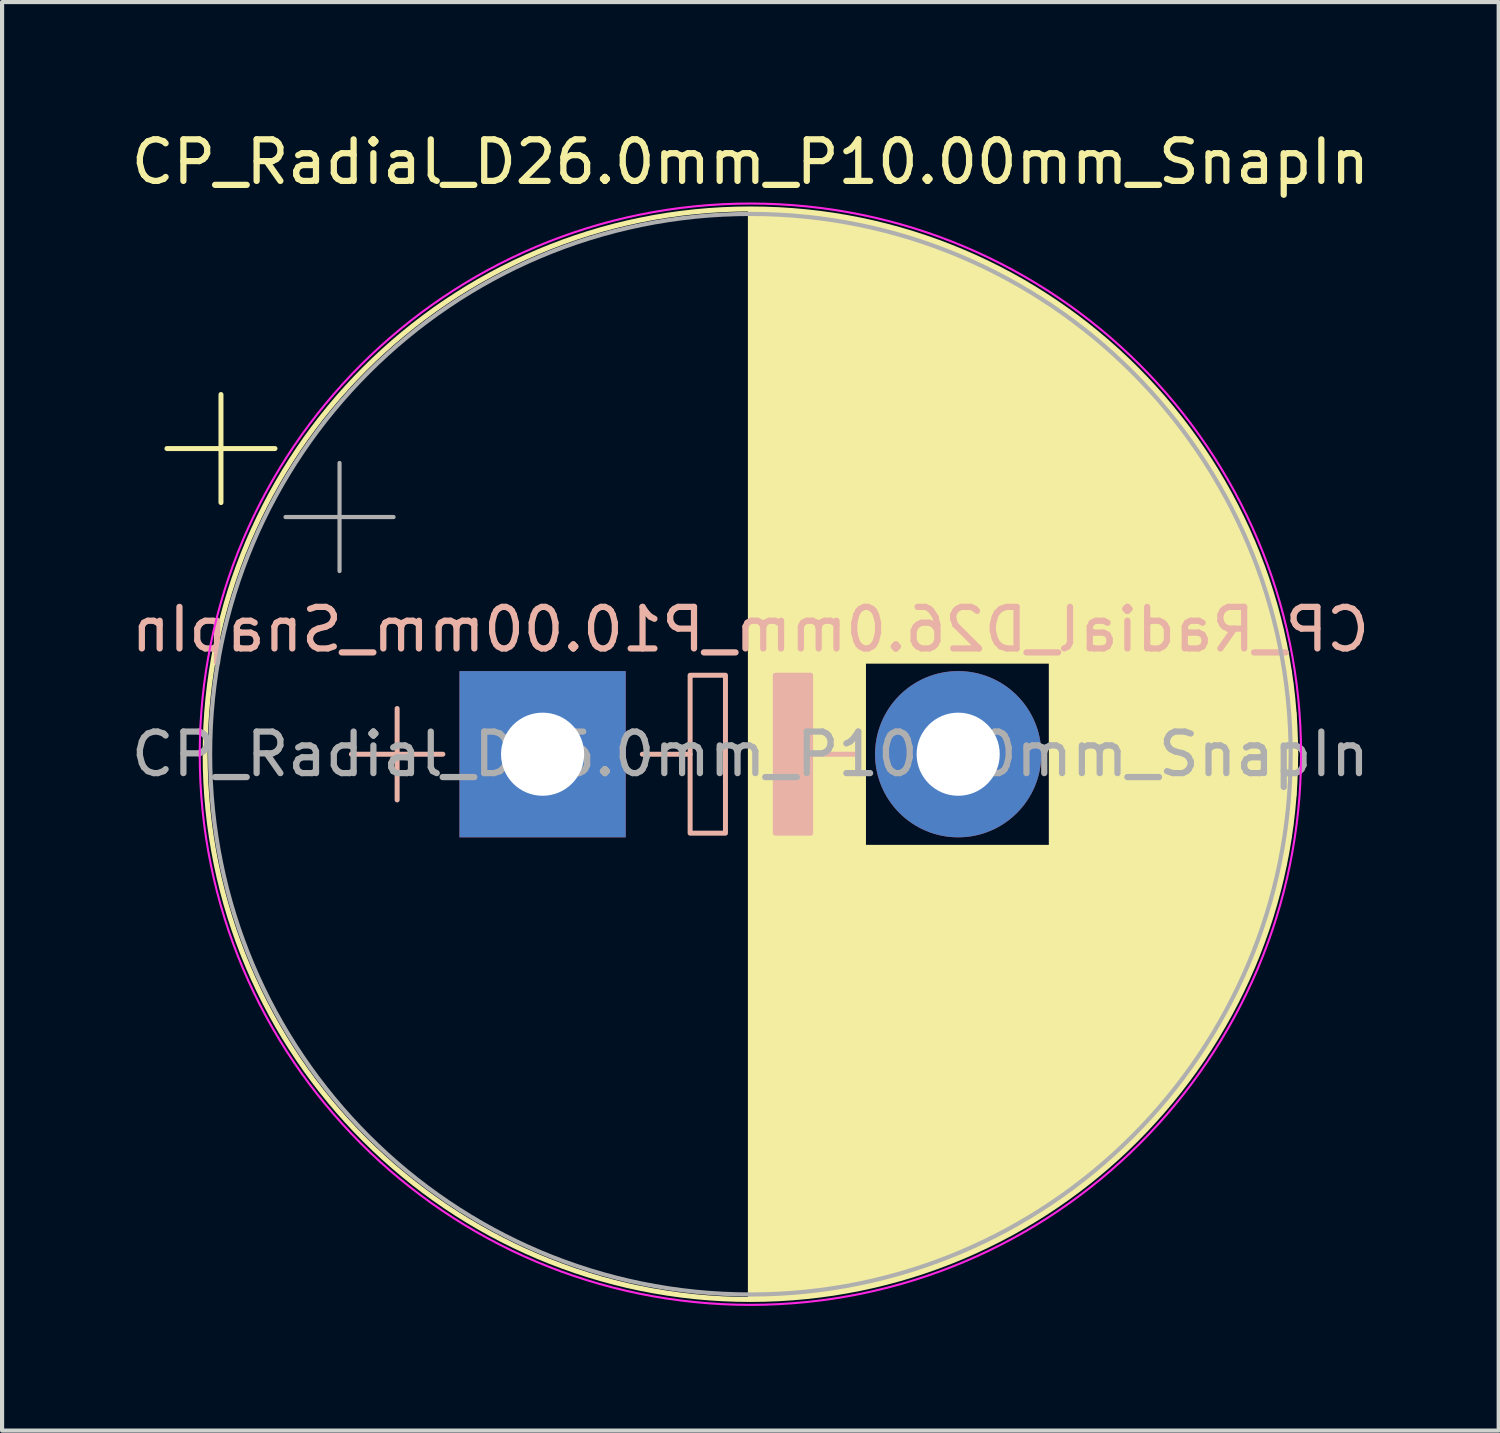
<source format=kicad_pcb>
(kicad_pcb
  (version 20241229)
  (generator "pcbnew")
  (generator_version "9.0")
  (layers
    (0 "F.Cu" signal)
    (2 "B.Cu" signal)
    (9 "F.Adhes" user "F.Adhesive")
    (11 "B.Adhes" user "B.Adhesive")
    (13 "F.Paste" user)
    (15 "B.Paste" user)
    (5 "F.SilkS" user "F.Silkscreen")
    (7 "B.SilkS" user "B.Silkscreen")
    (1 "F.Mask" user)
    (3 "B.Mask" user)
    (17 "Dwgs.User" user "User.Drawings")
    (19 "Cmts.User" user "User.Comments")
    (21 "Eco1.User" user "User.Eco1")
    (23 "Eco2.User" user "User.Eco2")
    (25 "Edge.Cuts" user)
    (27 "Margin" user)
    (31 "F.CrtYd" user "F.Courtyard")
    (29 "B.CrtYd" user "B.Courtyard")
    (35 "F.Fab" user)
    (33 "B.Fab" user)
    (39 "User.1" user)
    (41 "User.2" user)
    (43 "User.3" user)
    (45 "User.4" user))
  (footprint "CP_Radial_D26.0mm_P10.00mm_SnapIn"
    (layer "F.Cu")
    (at 10.006 15.098)
    (property "Reference" "CP_Radial_D26.0mm_P10.00mm_SnapIn" (at 5 -14.25 0) (layer "F.SilkS") (effects (font (size 1 1) (thickness 0.15))))
    (fp_line (start -9.039 -7.355) (end -6.439 -7.355) (stroke (width 0.12) (type solid)) (layer "F.SilkS"))
    (fp_line (start -7.739 -8.655) (end -7.739 -6.055) (stroke (width 0.12) (type solid)) (layer "F.SilkS"))
    (fp_line (start 5 -13.081) (end 5 13.081) (stroke (width 0.12) (type solid)) (layer "F.SilkS"))
    (fp_line (start 5.04 -13.08) (end 5.04 13.08) (stroke (width 0.12) (type solid)) (layer "F.SilkS"))
    (fp_line (start 5.08 -13.08) (end 5.08 13.08) (stroke (width 0.12) (type solid)) (layer "F.SilkS"))
    (fp_line (start 5.12 -13.08) (end 5.12 13.08) (stroke (width 0.12) (type solid)) (layer "F.SilkS"))
    (fp_line (start 5.16 -13.08) (end 5.16 13.08) (stroke (width 0.12) (type solid)) (layer "F.SilkS"))
    (fp_line (start 5.2 -13.079) (end 5.2 13.079) (stroke (width 0.12) (type solid)) (layer "F.SilkS"))
    (fp_line (start 5.24 -13.078) (end 5.24 13.078) (stroke (width 0.12) (type solid)) (layer "F.SilkS"))
    (fp_line (start 5.28 -13.078) (end 5.28 13.078) (stroke (width 0.12) (type solid)) (layer "F.SilkS"))
    (fp_line (start 5.32 -13.077) (end 5.32 13.077) (stroke (width 0.12) (type solid)) (layer "F.SilkS"))
    (fp_line (start 5.36 -13.076) (end 5.36 13.076) (stroke (width 0.12) (type solid)) (layer "F.SilkS"))
    (fp_line (start 5.4 -13.074) (end 5.4 13.074) (stroke (width 0.12) (type solid)) (layer "F.SilkS"))
    (fp_line (start 5.44 -13.073) (end 5.44 13.073) (stroke (width 0.12) (type solid)) (layer "F.SilkS"))
    (fp_line (start 5.48 -13.072) (end 5.48 13.072) (stroke (width 0.12) (type solid)) (layer "F.SilkS"))
    (fp_line (start 5.52 -13.07) (end 5.52 13.07) (stroke (width 0.12) (type solid)) (layer "F.SilkS"))
    (fp_line (start 5.56 -13.069) (end 5.56 13.069) (stroke (width 0.12) (type solid)) (layer "F.SilkS"))
    (fp_line (start 5.6 -13.067) (end 5.6 13.067) (stroke (width 0.12) (type solid)) (layer "F.SilkS"))
    (fp_line (start 5.64 -13.065) (end 5.64 13.065) (stroke (width 0.12) (type solid)) (layer "F.SilkS"))
    (fp_line (start 5.68 -13.063) (end 5.68 13.063) (stroke (width 0.12) (type solid)) (layer "F.SilkS"))
    (fp_line (start 5.721 -13.061) (end 5.721 13.061) (stroke (width 0.12) (type solid)) (layer "F.SilkS"))
    (fp_line (start 5.761 -13.058) (end 5.761 13.058) (stroke (width 0.12) (type solid)) (layer "F.SilkS"))
    (fp_line (start 5.801 -13.056) (end 5.801 13.056) (stroke (width 0.12) (type solid)) (layer "F.SilkS"))
    (fp_line (start 5.841 -13.054) (end 5.841 13.054) (stroke (width 0.12) (type solid)) (layer "F.SilkS"))
    (fp_line (start 5.881 -13.051) (end 5.881 13.051) (stroke (width 0.12) (type solid)) (layer "F.SilkS"))
    (fp_line (start 5.921 -13.048) (end 5.921 13.048) (stroke (width 0.12) (type solid)) (layer "F.SilkS"))
    (fp_line (start 5.961 -13.045) (end 5.961 13.045) (stroke (width 0.12) (type solid)) (layer "F.SilkS"))
    (fp_line (start 6.001 -13.042) (end 6.001 13.042) (stroke (width 0.12) (type solid)) (layer "F.SilkS"))
    (fp_line (start 6.041 -13.039) (end 6.041 13.039) (stroke (width 0.12) (type solid)) (layer "F.SilkS"))
    (fp_line (start 6.081 -13.036) (end 6.081 13.036) (stroke (width 0.12) (type solid)) (layer "F.SilkS"))
    (fp_line (start 6.121 -13.033) (end 6.121 13.033) (stroke (width 0.12) (type solid)) (layer "F.SilkS"))
    (fp_line (start 6.161 -13.029) (end 6.161 13.029) (stroke (width 0.12) (type solid)) (layer "F.SilkS"))
    (fp_line (start 6.201 -13.026) (end 6.201 13.026) (stroke (width 0.12) (type solid)) (layer "F.SilkS"))
    (fp_line (start 6.241 -13.022) (end 6.241 13.022) (stroke (width 0.12) (type solid)) (layer "F.SilkS"))
    (fp_line (start 6.281 -13.018) (end 6.281 13.018) (stroke (width 0.12) (type solid)) (layer "F.SilkS"))
    (fp_line (start 6.321 -13.014) (end 6.321 13.014) (stroke (width 0.12) (type solid)) (layer "F.SilkS"))
    (fp_line (start 6.361 -13.01) (end 6.361 13.01) (stroke (width 0.12) (type solid)) (layer "F.SilkS"))
    (fp_line (start 6.401 -13.006) (end 6.401 13.006) (stroke (width 0.12) (type solid)) (layer "F.SilkS"))
    (fp_line (start 6.441 -13.001) (end 6.441 13.001) (stroke (width 0.12) (type solid)) (layer "F.SilkS"))
    (fp_line (start 6.481 -12.997) (end 6.481 12.997) (stroke (width 0.12) (type solid)) (layer "F.SilkS"))
    (fp_line (start 6.521 -12.992) (end 6.521 12.992) (stroke (width 0.12) (type solid)) (layer "F.SilkS"))
    (fp_line (start 6.561 -12.987) (end 6.561 12.987) (stroke (width 0.12) (type solid)) (layer "F.SilkS"))
    (fp_line (start 6.601 -12.983) (end 6.601 12.983) (stroke (width 0.12) (type solid)) (layer "F.SilkS"))
    (fp_line (start 6.641 -12.978) (end 6.641 12.978) (stroke (width 0.12) (type solid)) (layer "F.SilkS"))
    (fp_line (start 6.681 -12.972) (end 6.681 12.972) (stroke (width 0.12) (type solid)) (layer "F.SilkS"))
    (fp_line (start 6.721 -12.967) (end 6.721 12.967) (stroke (width 0.12) (type solid)) (layer "F.SilkS"))
    (fp_line (start 6.761 -12.962) (end 6.761 12.962) (stroke (width 0.12) (type solid)) (layer "F.SilkS"))
    (fp_line (start 6.801 -12.956) (end 6.801 12.956) (stroke (width 0.12) (type solid)) (layer "F.SilkS"))
    (fp_line (start 6.841 -12.951) (end 6.841 12.951) (stroke (width 0.12) (type solid)) (layer "F.SilkS"))
    (fp_line (start 6.881 -12.945) (end 6.881 12.945) (stroke (width 0.12) (type solid)) (layer "F.SilkS"))
    (fp_line (start 6.921 -12.939) (end 6.921 12.939) (stroke (width 0.12) (type solid)) (layer "F.SilkS"))
    (fp_line (start 6.961 -12.933) (end 6.961 12.933) (stroke (width 0.12) (type solid)) (layer "F.SilkS"))
    (fp_line (start 7.001 -12.927) (end 7.001 12.927) (stroke (width 0.12) (type solid)) (layer "F.SilkS"))
    (fp_line (start 7.041 -12.921) (end 7.041 12.921) (stroke (width 0.12) (type solid)) (layer "F.SilkS"))
    (fp_line (start 7.081 -12.915) (end 7.081 12.915) (stroke (width 0.12) (type solid)) (layer "F.SilkS"))
    (fp_line (start 7.121 -12.908) (end 7.121 12.908) (stroke (width 0.12) (type solid)) (layer "F.SilkS"))
    (fp_line (start 7.161 -12.901) (end 7.161 12.901) (stroke (width 0.12) (type solid)) (layer "F.SilkS"))
    (fp_line (start 7.201 -12.895) (end 7.201 12.895) (stroke (width 0.12) (type solid)) (layer "F.SilkS"))
    (fp_line (start 7.241 -12.888) (end 7.241 12.888) (stroke (width 0.12) (type solid)) (layer "F.SilkS"))
    (fp_line (start 7.281 -12.881) (end 7.281 12.881) (stroke (width 0.12) (type solid)) (layer "F.SilkS"))
    (fp_line (start 7.321 -12.874) (end 7.321 12.874) (stroke (width 0.12) (type solid)) (layer "F.SilkS"))
    (fp_line (start 7.361 -12.866) (end 7.361 12.866) (stroke (width 0.12) (type solid)) (layer "F.SilkS"))
    (fp_line (start 7.401 -12.859) (end 7.401 12.859) (stroke (width 0.12) (type solid)) (layer "F.SilkS"))
    (fp_line (start 7.441 -12.852) (end 7.441 12.852) (stroke (width 0.12) (type solid)) (layer "F.SilkS"))
    (fp_line (start 7.481 -12.844) (end 7.481 12.844) (stroke (width 0.12) (type solid)) (layer "F.SilkS"))
    (fp_line (start 7.521 -12.836) (end 7.521 12.836) (stroke (width 0.12) (type solid)) (layer "F.SilkS"))
    (fp_line (start 7.561 -12.828) (end 7.561 12.828) (stroke (width 0.12) (type solid)) (layer "F.SilkS"))
    (fp_line (start 7.601 -12.82) (end 7.601 12.82) (stroke (width 0.12) (type solid)) (layer "F.SilkS"))
    (fp_line (start 7.641 -12.812) (end 7.641 12.812) (stroke (width 0.12) (type solid)) (layer "F.SilkS"))
    (fp_line (start 7.681 -12.804) (end 7.681 12.804) (stroke (width 0.12) (type solid)) (layer "F.SilkS"))
    (fp_line (start 7.721 -12.795) (end 7.721 12.795) (stroke (width 0.12) (type solid)) (layer "F.SilkS"))
    (fp_line (start 7.761 -12.787) (end 7.761 -2.24) (stroke (width 0.12) (type solid)) (layer "F.SilkS"))
    (fp_line (start 7.761 2.24) (end 7.761 12.787) (stroke (width 0.12) (type solid)) (layer "F.SilkS"))
    (fp_line (start 7.801 -12.778) (end 7.801 -2.24) (stroke (width 0.12) (type solid)) (layer "F.SilkS"))
    (fp_line (start 7.801 2.24) (end 7.801 12.778) (stroke (width 0.12) (type solid)) (layer "F.SilkS"))
    (fp_line (start 7.841 -12.769) (end 7.841 -2.24) (stroke (width 0.12) (type solid)) (layer "F.SilkS"))
    (fp_line (start 7.841 2.24) (end 7.841 12.769) (stroke (width 0.12) (type solid)) (layer "F.SilkS"))
    (fp_line (start 7.881 -12.761) (end 7.881 -2.24) (stroke (width 0.12) (type solid)) (layer "F.SilkS"))
    (fp_line (start 7.881 2.24) (end 7.881 12.761) (stroke (width 0.12) (type solid)) (layer "F.SilkS"))
    (fp_line (start 7.921 -12.751) (end 7.921 -2.24) (stroke (width 0.12) (type solid)) (layer "F.SilkS"))
    (fp_line (start 7.921 2.24) (end 7.921 12.751) (stroke (width 0.12) (type solid)) (layer "F.SilkS"))
    (fp_line (start 7.961 -12.742) (end 7.961 -2.24) (stroke (width 0.12) (type solid)) (layer "F.SilkS"))
    (fp_line (start 7.961 2.24) (end 7.961 12.742) (stroke (width 0.12) (type solid)) (layer "F.SilkS"))
    (fp_line (start 8.001 -12.733) (end 8.001 -2.24) (stroke (width 0.12) (type solid)) (layer "F.SilkS"))
    (fp_line (start 8.001 2.24) (end 8.001 12.733) (stroke (width 0.12) (type solid)) (layer "F.SilkS"))
    (fp_line (start 8.041 -12.723) (end 8.041 -2.24) (stroke (width 0.12) (type solid)) (layer "F.SilkS"))
    (fp_line (start 8.041 2.24) (end 8.041 12.723) (stroke (width 0.12) (type solid)) (layer "F.SilkS"))
    (fp_line (start 8.081 -12.714) (end 8.081 -2.24) (stroke (width 0.12) (type solid)) (layer "F.SilkS"))
    (fp_line (start 8.081 2.24) (end 8.081 12.714) (stroke (width 0.12) (type solid)) (layer "F.SilkS"))
    (fp_line (start 8.121 -12.704) (end 8.121 -2.24) (stroke (width 0.12) (type solid)) (layer "F.SilkS"))
    (fp_line (start 8.121 2.24) (end 8.121 12.704) (stroke (width 0.12) (type solid)) (layer "F.SilkS"))
    (fp_line (start 8.161 -12.694) (end 8.161 -2.24) (stroke (width 0.12) (type solid)) (layer "F.SilkS"))
    (fp_line (start 8.161 2.24) (end 8.161 12.694) (stroke (width 0.12) (type solid)) (layer "F.SilkS"))
    (fp_line (start 8.201 -12.684) (end 8.201 -2.24) (stroke (width 0.12) (type solid)) (layer "F.SilkS"))
    (fp_line (start 8.201 2.24) (end 8.201 12.684) (stroke (width 0.12) (type solid)) (layer "F.SilkS"))
    (fp_line (start 8.241 -12.674) (end 8.241 -2.24) (stroke (width 0.12) (type solid)) (layer "F.SilkS"))
    (fp_line (start 8.241 2.24) (end 8.241 12.674) (stroke (width 0.12) (type solid)) (layer "F.SilkS"))
    (fp_line (start 8.281 -12.664) (end 8.281 -2.24) (stroke (width 0.12) (type solid)) (layer "F.SilkS"))
    (fp_line (start 8.281 2.24) (end 8.281 12.664) (stroke (width 0.12) (type solid)) (layer "F.SilkS"))
    (fp_line (start 8.321 -12.653) (end 8.321 -2.24) (stroke (width 0.12) (type solid)) (layer "F.SilkS"))
    (fp_line (start 8.321 2.24) (end 8.321 12.653) (stroke (width 0.12) (type solid)) (layer "F.SilkS"))
    (fp_line (start 8.361 -12.643) (end 8.361 -2.24) (stroke (width 0.12) (type solid)) (layer "F.SilkS"))
    (fp_line (start 8.361 2.24) (end 8.361 12.643) (stroke (width 0.12) (type solid)) (layer "F.SilkS"))
    (fp_line (start 8.401 -12.632) (end 8.401 -2.24) (stroke (width 0.12) (type solid)) (layer "F.SilkS"))
    (fp_line (start 8.401 2.24) (end 8.401 12.632) (stroke (width 0.12) (type solid)) (layer "F.SilkS"))
    (fp_line (start 8.441 -12.621) (end 8.441 -2.24) (stroke (width 0.12) (type solid)) (layer "F.SilkS"))
    (fp_line (start 8.441 2.24) (end 8.441 12.621) (stroke (width 0.12) (type solid)) (layer "F.SilkS"))
    (fp_line (start 8.481 -12.611) (end 8.481 -2.24) (stroke (width 0.12) (type solid)) (layer "F.SilkS"))
    (fp_line (start 8.481 2.24) (end 8.481 12.611) (stroke (width 0.12) (type solid)) (layer "F.SilkS"))
    (fp_line (start 8.521 -12.599) (end 8.521 -2.24) (stroke (width 0.12) (type solid)) (layer "F.SilkS"))
    (fp_line (start 8.521 2.24) (end 8.521 12.599) (stroke (width 0.12) (type solid)) (layer "F.SilkS"))
    (fp_line (start 8.561 -12.588) (end 8.561 -2.24) (stroke (width 0.12) (type solid)) (layer "F.SilkS"))
    (fp_line (start 8.561 2.24) (end 8.561 12.588) (stroke (width 0.12) (type solid)) (layer "F.SilkS"))
    (fp_line (start 8.601 -12.577) (end 8.601 -2.24) (stroke (width 0.12) (type solid)) (layer "F.SilkS"))
    (fp_line (start 8.601 2.24) (end 8.601 12.577) (stroke (width 0.12) (type solid)) (layer "F.SilkS"))
    (fp_line (start 8.641 -12.565) (end 8.641 -2.24) (stroke (width 0.12) (type solid)) (layer "F.SilkS"))
    (fp_line (start 8.641 2.24) (end 8.641 12.565) (stroke (width 0.12) (type solid)) (layer "F.SilkS"))
    (fp_line (start 8.681 -12.554) (end 8.681 -2.24) (stroke (width 0.12) (type solid)) (layer "F.SilkS"))
    (fp_line (start 8.681 2.24) (end 8.681 12.554) (stroke (width 0.12) (type solid)) (layer "F.SilkS"))
    (fp_line (start 8.721 -12.542) (end 8.721 -2.24) (stroke (width 0.12) (type solid)) (layer "F.SilkS"))
    (fp_line (start 8.721 2.24) (end 8.721 12.542) (stroke (width 0.12) (type solid)) (layer "F.SilkS"))
    (fp_line (start 8.761 -12.53) (end 8.761 -2.24) (stroke (width 0.12) (type solid)) (layer "F.SilkS"))
    (fp_line (start 8.761 2.24) (end 8.761 12.53) (stroke (width 0.12) (type solid)) (layer "F.SilkS"))
    (fp_line (start 8.801 -12.518) (end 8.801 -2.24) (stroke (width 0.12) (type solid)) (layer "F.SilkS"))
    (fp_line (start 8.801 2.24) (end 8.801 12.518) (stroke (width 0.12) (type solid)) (layer "F.SilkS"))
    (fp_line (start 8.841 -12.506) (end 8.841 -2.24) (stroke (width 0.12) (type solid)) (layer "F.SilkS"))
    (fp_line (start 8.841 2.24) (end 8.841 12.506) (stroke (width 0.12) (type solid)) (layer "F.SilkS"))
    (fp_line (start 8.881 -12.494) (end 8.881 -2.24) (stroke (width 0.12) (type solid)) (layer "F.SilkS"))
    (fp_line (start 8.881 2.24) (end 8.881 12.494) (stroke (width 0.12) (type solid)) (layer "F.SilkS"))
    (fp_line (start 8.921 -12.481) (end 8.921 -2.24) (stroke (width 0.12) (type solid)) (layer "F.SilkS"))
    (fp_line (start 8.921 2.24) (end 8.921 12.481) (stroke (width 0.12) (type solid)) (layer "F.SilkS"))
    (fp_line (start 8.961 -12.469) (end 8.961 -2.24) (stroke (width 0.12) (type solid)) (layer "F.SilkS"))
    (fp_line (start 8.961 2.24) (end 8.961 12.469) (stroke (width 0.12) (type solid)) (layer "F.SilkS"))
    (fp_line (start 9.001 -12.456) (end 9.001 -2.24) (stroke (width 0.12) (type solid)) (layer "F.SilkS"))
    (fp_line (start 9.001 2.24) (end 9.001 12.456) (stroke (width 0.12) (type solid)) (layer "F.SilkS"))
    (fp_line (start 9.041 -12.443) (end 9.041 -2.24) (stroke (width 0.12) (type solid)) (layer "F.SilkS"))
    (fp_line (start 9.041 2.24) (end 9.041 12.443) (stroke (width 0.12) (type solid)) (layer "F.SilkS"))
    (fp_line (start 9.081 -12.43) (end 9.081 -2.24) (stroke (width 0.12) (type solid)) (layer "F.SilkS"))
    (fp_line (start 9.081 2.24) (end 9.081 12.43) (stroke (width 0.12) (type solid)) (layer "F.SilkS"))
    (fp_line (start 9.121 -12.417) (end 9.121 -2.24) (stroke (width 0.12) (type solid)) (layer "F.SilkS"))
    (fp_line (start 9.121 2.24) (end 9.121 12.417) (stroke (width 0.12) (type solid)) (layer "F.SilkS"))
    (fp_line (start 9.161 -12.404) (end 9.161 -2.24) (stroke (width 0.12) (type solid)) (layer "F.SilkS"))
    (fp_line (start 9.161 2.24) (end 9.161 12.404) (stroke (width 0.12) (type solid)) (layer "F.SilkS"))
    (fp_line (start 9.201 -12.39) (end 9.201 -2.24) (stroke (width 0.12) (type solid)) (layer "F.SilkS"))
    (fp_line (start 9.201 2.24) (end 9.201 12.39) (stroke (width 0.12) (type solid)) (layer "F.SilkS"))
    (fp_line (start 9.241 -12.376) (end 9.241 -2.24) (stroke (width 0.12) (type solid)) (layer "F.SilkS"))
    (fp_line (start 9.241 2.24) (end 9.241 12.376) (stroke (width 0.12) (type solid)) (layer "F.SilkS"))
    (fp_line (start 9.281 -12.363) (end 9.281 -2.24) (stroke (width 0.12) (type solid)) (layer "F.SilkS"))
    (fp_line (start 9.281 2.24) (end 9.281 12.363) (stroke (width 0.12) (type solid)) (layer "F.SilkS"))
    (fp_line (start 9.321 -12.349) (end 9.321 -2.24) (stroke (width 0.12) (type solid)) (layer "F.SilkS"))
    (fp_line (start 9.321 2.24) (end 9.321 12.349) (stroke (width 0.12) (type solid)) (layer "F.SilkS"))
    (fp_line (start 9.361 -12.335) (end 9.361 -2.24) (stroke (width 0.12) (type solid)) (layer "F.SilkS"))
    (fp_line (start 9.361 2.24) (end 9.361 12.335) (stroke (width 0.12) (type solid)) (layer "F.SilkS"))
    (fp_line (start 9.401 -12.321) (end 9.401 -2.24) (stroke (width 0.12) (type solid)) (layer "F.SilkS"))
    (fp_line (start 9.401 2.24) (end 9.401 12.321) (stroke (width 0.12) (type solid)) (layer "F.SilkS"))
    (fp_line (start 9.441 -12.306) (end 9.441 -2.24) (stroke (width 0.12) (type solid)) (layer "F.SilkS"))
    (fp_line (start 9.441 2.24) (end 9.441 12.306) (stroke (width 0.12) (type solid)) (layer "F.SilkS"))
    (fp_line (start 9.481 -12.292) (end 9.481 -2.24) (stroke (width 0.12) (type solid)) (layer "F.SilkS"))
    (fp_line (start 9.481 2.24) (end 9.481 12.292) (stroke (width 0.12) (type solid)) (layer "F.SilkS"))
    (fp_line (start 9.521 -12.277) (end 9.521 -2.24) (stroke (width 0.12) (type solid)) (layer "F.SilkS"))
    (fp_line (start 9.521 2.24) (end 9.521 12.277) (stroke (width 0.12) (type solid)) (layer "F.SilkS"))
    (fp_line (start 9.561 -12.263) (end 9.561 -2.24) (stroke (width 0.12) (type solid)) (layer "F.SilkS"))
    (fp_line (start 9.561 2.24) (end 9.561 12.263) (stroke (width 0.12) (type solid)) (layer "F.SilkS"))
    (fp_line (start 9.601 -12.248) (end 9.601 -2.24) (stroke (width 0.12) (type solid)) (layer "F.SilkS"))
    (fp_line (start 9.601 2.24) (end 9.601 12.248) (stroke (width 0.12) (type solid)) (layer "F.SilkS"))
    (fp_line (start 9.641 -12.233) (end 9.641 -2.24) (stroke (width 0.12) (type solid)) (layer "F.SilkS"))
    (fp_line (start 9.641 2.24) (end 9.641 12.233) (stroke (width 0.12) (type solid)) (layer "F.SilkS"))
    (fp_line (start 9.681 -12.217) (end 9.681 -2.24) (stroke (width 0.12) (type solid)) (layer "F.SilkS"))
    (fp_line (start 9.681 2.24) (end 9.681 12.217) (stroke (width 0.12) (type solid)) (layer "F.SilkS"))
    (fp_line (start 9.721 -12.202) (end 9.721 -2.24) (stroke (width 0.12) (type solid)) (layer "F.SilkS"))
    (fp_line (start 9.721 2.24) (end 9.721 12.202) (stroke (width 0.12) (type solid)) (layer "F.SilkS"))
    (fp_line (start 9.761 -12.187) (end 9.761 -2.24) (stroke (width 0.12) (type solid)) (layer "F.SilkS"))
    (fp_line (start 9.761 2.24) (end 9.761 12.187) (stroke (width 0.12) (type solid)) (layer "F.SilkS"))
    (fp_line (start 9.801 -12.171) (end 9.801 -2.24) (stroke (width 0.12) (type solid)) (layer "F.SilkS"))
    (fp_line (start 9.801 2.24) (end 9.801 12.171) (stroke (width 0.12) (type solid)) (layer "F.SilkS"))
    (fp_line (start 9.841 -12.155) (end 9.841 -2.24) (stroke (width 0.12) (type solid)) (layer "F.SilkS"))
    (fp_line (start 9.841 2.24) (end 9.841 12.155) (stroke (width 0.12) (type solid)) (layer "F.SilkS"))
    (fp_line (start 9.881 -12.139) (end 9.881 -2.24) (stroke (width 0.12) (type solid)) (layer "F.SilkS"))
    (fp_line (start 9.881 2.24) (end 9.881 12.139) (stroke (width 0.12) (type solid)) (layer "F.SilkS"))
    (fp_line (start 9.921 -12.123) (end 9.921 -2.24) (stroke (width 0.12) (type solid)) (layer "F.SilkS"))
    (fp_line (start 9.921 2.24) (end 9.921 12.123) (stroke (width 0.12) (type solid)) (layer "F.SilkS"))
    (fp_line (start 9.961 -12.107) (end 9.961 -2.24) (stroke (width 0.12) (type solid)) (layer "F.SilkS"))
    (fp_line (start 9.961 2.24) (end 9.961 12.107) (stroke (width 0.12) (type solid)) (layer "F.SilkS"))
    (fp_line (start 10.001 -12.09) (end 10.001 -2.24) (stroke (width 0.12) (type solid)) (layer "F.SilkS"))
    (fp_line (start 10.001 2.24) (end 10.001 12.09) (stroke (width 0.12) (type solid)) (layer "F.SilkS"))
    (fp_line (start 10.041 -12.074) (end 10.041 -2.24) (stroke (width 0.12) (type solid)) (layer "F.SilkS"))
    (fp_line (start 10.041 2.24) (end 10.041 12.074) (stroke (width 0.12) (type solid)) (layer "F.SilkS"))
    (fp_line (start 10.081 -12.057) (end 10.081 -2.24) (stroke (width 0.12) (type solid)) (layer "F.SilkS"))
    (fp_line (start 10.081 2.24) (end 10.081 12.057) (stroke (width 0.12) (type solid)) (layer "F.SilkS"))
    (fp_line (start 10.121 -12.04) (end 10.121 -2.24) (stroke (width 0.12) (type solid)) (layer "F.SilkS"))
    (fp_line (start 10.121 2.24) (end 10.121 12.04) (stroke (width 0.12) (type solid)) (layer "F.SilkS"))
    (fp_line (start 10.161 -12.023) (end 10.161 -2.24) (stroke (width 0.12) (type solid)) (layer "F.SilkS"))
    (fp_line (start 10.161 2.24) (end 10.161 12.023) (stroke (width 0.12) (type solid)) (layer "F.SilkS"))
    (fp_line (start 10.201 -12.006) (end 10.201 -2.24) (stroke (width 0.12) (type solid)) (layer "F.SilkS"))
    (fp_line (start 10.201 2.24) (end 10.201 12.006) (stroke (width 0.12) (type solid)) (layer "F.SilkS"))
    (fp_line (start 10.241 -11.989) (end 10.241 -2.24) (stroke (width 0.12) (type solid)) (layer "F.SilkS"))
    (fp_line (start 10.241 2.24) (end 10.241 11.989) (stroke (width 0.12) (type solid)) (layer "F.SilkS"))
    (fp_line (start 10.281 -11.971) (end 10.281 -2.24) (stroke (width 0.12) (type solid)) (layer "F.SilkS"))
    (fp_line (start 10.281 2.24) (end 10.281 11.971) (stroke (width 0.12) (type solid)) (layer "F.SilkS"))
    (fp_line (start 10.321 -11.953) (end 10.321 -2.24) (stroke (width 0.12) (type solid)) (layer "F.SilkS"))
    (fp_line (start 10.321 2.24) (end 10.321 11.953) (stroke (width 0.12) (type solid)) (layer "F.SilkS"))
    (fp_line (start 10.361 -11.936) (end 10.361 -2.24) (stroke (width 0.12) (type solid)) (layer "F.SilkS"))
    (fp_line (start 10.361 2.24) (end 10.361 11.936) (stroke (width 0.12) (type solid)) (layer "F.SilkS"))
    (fp_line (start 10.401 -11.918) (end 10.401 -2.24) (stroke (width 0.12) (type solid)) (layer "F.SilkS"))
    (fp_line (start 10.401 2.24) (end 10.401 11.918) (stroke (width 0.12) (type solid)) (layer "F.SilkS"))
    (fp_line (start 10.441 -11.9) (end 10.441 -2.24) (stroke (width 0.12) (type solid)) (layer "F.SilkS"))
    (fp_line (start 10.441 2.24) (end 10.441 11.9) (stroke (width 0.12) (type solid)) (layer "F.SilkS"))
    (fp_line (start 10.481 -11.881) (end 10.481 -2.24) (stroke (width 0.12) (type solid)) (layer "F.SilkS"))
    (fp_line (start 10.481 2.24) (end 10.481 11.881) (stroke (width 0.12) (type solid)) (layer "F.SilkS"))
    (fp_line (start 10.521 -11.863) (end 10.521 -2.24) (stroke (width 0.12) (type solid)) (layer "F.SilkS"))
    (fp_line (start 10.521 2.24) (end 10.521 11.863) (stroke (width 0.12) (type solid)) (layer "F.SilkS"))
    (fp_line (start 10.561 -11.844) (end 10.561 -2.24) (stroke (width 0.12) (type solid)) (layer "F.SilkS"))
    (fp_line (start 10.561 2.24) (end 10.561 11.844) (stroke (width 0.12) (type solid)) (layer "F.SilkS"))
    (fp_line (start 10.601 -11.825) (end 10.601 -2.24) (stroke (width 0.12) (type solid)) (layer "F.SilkS"))
    (fp_line (start 10.601 2.24) (end 10.601 11.825) (stroke (width 0.12) (type solid)) (layer "F.SilkS"))
    (fp_line (start 10.641 -11.806) (end 10.641 -2.24) (stroke (width 0.12) (type solid)) (layer "F.SilkS"))
    (fp_line (start 10.641 2.24) (end 10.641 11.806) (stroke (width 0.12) (type solid)) (layer "F.SilkS"))
    (fp_line (start 10.681 -11.787) (end 10.681 -2.24) (stroke (width 0.12) (type solid)) (layer "F.SilkS"))
    (fp_line (start 10.681 2.24) (end 10.681 11.787) (stroke (width 0.12) (type solid)) (layer "F.SilkS"))
    (fp_line (start 10.721 -11.768) (end 10.721 -2.24) (stroke (width 0.12) (type solid)) (layer "F.SilkS"))
    (fp_line (start 10.721 2.24) (end 10.721 11.768) (stroke (width 0.12) (type solid)) (layer "F.SilkS"))
    (fp_line (start 10.761 -11.748) (end 10.761 -2.24) (stroke (width 0.12) (type solid)) (layer "F.SilkS"))
    (fp_line (start 10.761 2.24) (end 10.761 11.748) (stroke (width 0.12) (type solid)) (layer "F.SilkS"))
    (fp_line (start 10.801 -11.729) (end 10.801 -2.24) (stroke (width 0.12) (type solid)) (layer "F.SilkS"))
    (fp_line (start 10.801 2.24) (end 10.801 11.729) (stroke (width 0.12) (type solid)) (layer "F.SilkS"))
    (fp_line (start 10.841 -11.709) (end 10.841 -2.24) (stroke (width 0.12) (type solid)) (layer "F.SilkS"))
    (fp_line (start 10.841 2.24) (end 10.841 11.709) (stroke (width 0.12) (type solid)) (layer "F.SilkS"))
    (fp_line (start 10.881 -11.689) (end 10.881 -2.24) (stroke (width 0.12) (type solid)) (layer "F.SilkS"))
    (fp_line (start 10.881 2.24) (end 10.881 11.689) (stroke (width 0.12) (type solid)) (layer "F.SilkS"))
    (fp_line (start 10.921 -11.669) (end 10.921 -2.24) (stroke (width 0.12) (type solid)) (layer "F.SilkS"))
    (fp_line (start 10.921 2.24) (end 10.921 11.669) (stroke (width 0.12) (type solid)) (layer "F.SilkS"))
    (fp_line (start 10.961 -11.649) (end 10.961 -2.24) (stroke (width 0.12) (type solid)) (layer "F.SilkS"))
    (fp_line (start 10.961 2.24) (end 10.961 11.649) (stroke (width 0.12) (type solid)) (layer "F.SilkS"))
    (fp_line (start 11.001 -11.628) (end 11.001 -2.24) (stroke (width 0.12) (type solid)) (layer "F.SilkS"))
    (fp_line (start 11.001 2.24) (end 11.001 11.628) (stroke (width 0.12) (type solid)) (layer "F.SilkS"))
    (fp_line (start 11.041 -11.608) (end 11.041 -2.24) (stroke (width 0.12) (type solid)) (layer "F.SilkS"))
    (fp_line (start 11.041 2.24) (end 11.041 11.608) (stroke (width 0.12) (type solid)) (layer "F.SilkS"))
    (fp_line (start 11.081 -11.587) (end 11.081 -2.24) (stroke (width 0.12) (type solid)) (layer "F.SilkS"))
    (fp_line (start 11.081 2.24) (end 11.081 11.587) (stroke (width 0.12) (type solid)) (layer "F.SilkS"))
    (fp_line (start 11.121 -11.566) (end 11.121 -2.24) (stroke (width 0.12) (type solid)) (layer "F.SilkS"))
    (fp_line (start 11.121 2.24) (end 11.121 11.566) (stroke (width 0.12) (type solid)) (layer "F.SilkS"))
    (fp_line (start 11.161 -11.544) (end 11.161 -2.24) (stroke (width 0.12) (type solid)) (layer "F.SilkS"))
    (fp_line (start 11.161 2.24) (end 11.161 11.544) (stroke (width 0.12) (type solid)) (layer "F.SilkS"))
    (fp_line (start 11.201 -11.523) (end 11.201 -2.24) (stroke (width 0.12) (type solid)) (layer "F.SilkS"))
    (fp_line (start 11.201 2.24) (end 11.201 11.523) (stroke (width 0.12) (type solid)) (layer "F.SilkS"))
    (fp_line (start 11.241 -11.502) (end 11.241 -2.24) (stroke (width 0.12) (type solid)) (layer "F.SilkS"))
    (fp_line (start 11.241 2.24) (end 11.241 11.502) (stroke (width 0.12) (type solid)) (layer "F.SilkS"))
    (fp_line (start 11.281 -11.48) (end 11.281 -2.24) (stroke (width 0.12) (type solid)) (layer "F.SilkS"))
    (fp_line (start 11.281 2.24) (end 11.281 11.48) (stroke (width 0.12) (type solid)) (layer "F.SilkS"))
    (fp_line (start 11.321 -11.458) (end 11.321 -2.24) (stroke (width 0.12) (type solid)) (layer "F.SilkS"))
    (fp_line (start 11.321 2.24) (end 11.321 11.458) (stroke (width 0.12) (type solid)) (layer "F.SilkS"))
    (fp_line (start 11.361 -11.436) (end 11.361 -2.24) (stroke (width 0.12) (type solid)) (layer "F.SilkS"))
    (fp_line (start 11.361 2.24) (end 11.361 11.436) (stroke (width 0.12) (type solid)) (layer "F.SilkS"))
    (fp_line (start 11.401 -11.414) (end 11.401 -2.24) (stroke (width 0.12) (type solid)) (layer "F.SilkS"))
    (fp_line (start 11.401 2.24) (end 11.401 11.414) (stroke (width 0.12) (type solid)) (layer "F.SilkS"))
    (fp_line (start 11.441 -11.391) (end 11.441 -2.24) (stroke (width 0.12) (type solid)) (layer "F.SilkS"))
    (fp_line (start 11.441 2.24) (end 11.441 11.391) (stroke (width 0.12) (type solid)) (layer "F.SilkS"))
    (fp_line (start 11.481 -11.369) (end 11.481 -2.24) (stroke (width 0.12) (type solid)) (layer "F.SilkS"))
    (fp_line (start 11.481 2.24) (end 11.481 11.369) (stroke (width 0.12) (type solid)) (layer "F.SilkS"))
    (fp_line (start 11.521 -11.346) (end 11.521 -2.24) (stroke (width 0.12) (type solid)) (layer "F.SilkS"))
    (fp_line (start 11.521 2.24) (end 11.521 11.346) (stroke (width 0.12) (type solid)) (layer "F.SilkS"))
    (fp_line (start 11.561 -11.323) (end 11.561 -2.24) (stroke (width 0.12) (type solid)) (layer "F.SilkS"))
    (fp_line (start 11.561 2.24) (end 11.561 11.323) (stroke (width 0.12) (type solid)) (layer "F.SilkS"))
    (fp_line (start 11.601 -11.3) (end 11.601 -2.24) (stroke (width 0.12) (type solid)) (layer "F.SilkS"))
    (fp_line (start 11.601 2.24) (end 11.601 11.3) (stroke (width 0.12) (type solid)) (layer "F.SilkS"))
    (fp_line (start 11.641 -11.276) (end 11.641 -2.24) (stroke (width 0.12) (type solid)) (layer "F.SilkS"))
    (fp_line (start 11.641 2.24) (end 11.641 11.276) (stroke (width 0.12) (type solid)) (layer "F.SilkS"))
    (fp_line (start 11.681 -11.253) (end 11.681 -2.24) (stroke (width 0.12) (type solid)) (layer "F.SilkS"))
    (fp_line (start 11.681 2.24) (end 11.681 11.253) (stroke (width 0.12) (type solid)) (layer "F.SilkS"))
    (fp_line (start 11.721 -11.229) (end 11.721 -2.24) (stroke (width 0.12) (type solid)) (layer "F.SilkS"))
    (fp_line (start 11.721 2.24) (end 11.721 11.229) (stroke (width 0.12) (type solid)) (layer "F.SilkS"))
    (fp_line (start 11.761 -11.205) (end 11.761 -2.24) (stroke (width 0.12) (type solid)) (layer "F.SilkS"))
    (fp_line (start 11.761 2.24) (end 11.761 11.205) (stroke (width 0.12) (type solid)) (layer "F.SilkS"))
    (fp_line (start 11.801 -11.181) (end 11.801 -2.24) (stroke (width 0.12) (type solid)) (layer "F.SilkS"))
    (fp_line (start 11.801 2.24) (end 11.801 11.181) (stroke (width 0.12) (type solid)) (layer "F.SilkS"))
    (fp_line (start 11.841 -11.156) (end 11.841 -2.24) (stroke (width 0.12) (type solid)) (layer "F.SilkS"))
    (fp_line (start 11.841 2.24) (end 11.841 11.156) (stroke (width 0.12) (type solid)) (layer "F.SilkS"))
    (fp_line (start 11.881 -11.132) (end 11.881 -2.24) (stroke (width 0.12) (type solid)) (layer "F.SilkS"))
    (fp_line (start 11.881 2.24) (end 11.881 11.132) (stroke (width 0.12) (type solid)) (layer "F.SilkS"))
    (fp_line (start 11.921 -11.107) (end 11.921 -2.24) (stroke (width 0.12) (type solid)) (layer "F.SilkS"))
    (fp_line (start 11.921 2.24) (end 11.921 11.107) (stroke (width 0.12) (type solid)) (layer "F.SilkS"))
    (fp_line (start 11.961 -11.082) (end 11.961 -2.24) (stroke (width 0.12) (type solid)) (layer "F.SilkS"))
    (fp_line (start 11.961 2.24) (end 11.961 11.082) (stroke (width 0.12) (type solid)) (layer "F.SilkS"))
    (fp_line (start 12.001 -11.057) (end 12.001 -2.24) (stroke (width 0.12) (type solid)) (layer "F.SilkS"))
    (fp_line (start 12.001 2.24) (end 12.001 11.057) (stroke (width 0.12) (type solid)) (layer "F.SilkS"))
    (fp_line (start 12.041 -11.032) (end 12.041 -2.24) (stroke (width 0.12) (type solid)) (layer "F.SilkS"))
    (fp_line (start 12.041 2.24) (end 12.041 11.032) (stroke (width 0.12) (type solid)) (layer "F.SilkS"))
    (fp_line (start 12.081 -11.006) (end 12.081 -2.24) (stroke (width 0.12) (type solid)) (layer "F.SilkS"))
    (fp_line (start 12.081 2.24) (end 12.081 11.006) (stroke (width 0.12) (type solid)) (layer "F.SilkS"))
    (fp_line (start 12.121 -10.98) (end 12.121 -2.24) (stroke (width 0.12) (type solid)) (layer "F.SilkS"))
    (fp_line (start 12.121 2.24) (end 12.121 10.98) (stroke (width 0.12) (type solid)) (layer "F.SilkS"))
    (fp_line (start 12.161 -10.955) (end 12.161 -2.24) (stroke (width 0.12) (type solid)) (layer "F.SilkS"))
    (fp_line (start 12.161 2.24) (end 12.161 10.955) (stroke (width 0.12) (type solid)) (layer "F.SilkS"))
    (fp_line (start 12.201 -10.928) (end 12.201 -2.24) (stroke (width 0.12) (type solid)) (layer "F.SilkS"))
    (fp_line (start 12.201 2.24) (end 12.201 10.928) (stroke (width 0.12) (type solid)) (layer "F.SilkS"))
    (fp_line (start 12.241 -10.902) (end 12.241 10.902) (stroke (width 0.12) (type solid)) (layer "F.SilkS"))
    (fp_line (start 12.281 -10.875) (end 12.281 10.875) (stroke (width 0.12) (type solid)) (layer "F.SilkS"))
    (fp_line (start 12.321 -10.849) (end 12.321 10.849) (stroke (width 0.12) (type solid)) (layer "F.SilkS"))
    (fp_line (start 12.361 -10.822) (end 12.361 10.822) (stroke (width 0.12) (type solid)) (layer "F.SilkS"))
    (fp_line (start 12.401 -10.794) (end 12.401 10.794) (stroke (width 0.12) (type solid)) (layer "F.SilkS"))
    (fp_line (start 12.441 -10.767) (end 12.441 10.767) (stroke (width 0.12) (type solid)) (layer "F.SilkS"))
    (fp_line (start 12.481 -10.739) (end 12.481 10.739) (stroke (width 0.12) (type solid)) (layer "F.SilkS"))
    (fp_line (start 12.521 -10.711) (end 12.521 10.711) (stroke (width 0.12) (type solid)) (layer "F.SilkS"))
    (fp_line (start 12.561 -10.683) (end 12.561 10.683) (stroke (width 0.12) (type solid)) (layer "F.SilkS"))
    (fp_line (start 12.601 -10.655) (end 12.601 10.655) (stroke (width 0.12) (type solid)) (layer "F.SilkS"))
    (fp_line (start 12.641 -10.627) (end 12.641 10.627) (stroke (width 0.12) (type solid)) (layer "F.SilkS"))
    (fp_line (start 12.681 -10.598) (end 12.681 10.598) (stroke (width 0.12) (type solid)) (layer "F.SilkS"))
    (fp_line (start 12.721 -10.569) (end 12.721 10.569) (stroke (width 0.12) (type solid)) (layer "F.SilkS"))
    (fp_line (start 12.761 -10.54) (end 12.761 10.54) (stroke (width 0.12) (type solid)) (layer "F.SilkS"))
    (fp_line (start 12.801 -10.51) (end 12.801 10.51) (stroke (width 0.12) (type solid)) (layer "F.SilkS"))
    (fp_line (start 12.841 -10.48) (end 12.841 10.48) (stroke (width 0.12) (type solid)) (layer "F.SilkS"))
    (fp_line (start 12.881 -10.45) (end 12.881 10.45) (stroke (width 0.12) (type solid)) (layer "F.SilkS"))
    (fp_line (start 12.921 -10.42) (end 12.921 10.42) (stroke (width 0.12) (type solid)) (layer "F.SilkS"))
    (fp_line (start 12.961 -10.39) (end 12.961 10.39) (stroke (width 0.12) (type solid)) (layer "F.SilkS"))
    (fp_line (start 13.001 -10.359) (end 13.001 10.359) (stroke (width 0.12) (type solid)) (layer "F.SilkS"))
    (fp_line (start 13.041 -10.328) (end 13.041 10.328) (stroke (width 0.12) (type solid)) (layer "F.SilkS"))
    (fp_line (start 13.081 -10.297) (end 13.081 10.297) (stroke (width 0.12) (type solid)) (layer "F.SilkS"))
    (fp_line (start 13.121 -10.266) (end 13.121 10.266) (stroke (width 0.12) (type solid)) (layer "F.SilkS"))
    (fp_line (start 13.161 -10.234) (end 13.161 10.234) (stroke (width 0.12) (type solid)) (layer "F.SilkS"))
    (fp_line (start 13.2 -10.202) (end 13.2 10.202) (stroke (width 0.12) (type solid)) (layer "F.SilkS"))
    (fp_line (start 13.24 -10.17) (end 13.24 10.17) (stroke (width 0.12) (type solid)) (layer "F.SilkS"))
    (fp_line (start 13.28 -10.138) (end 13.28 10.138) (stroke (width 0.12) (type solid)) (layer "F.SilkS"))
    (fp_line (start 13.32 -10.105) (end 13.32 10.105) (stroke (width 0.12) (type solid)) (layer "F.SilkS"))
    (fp_line (start 13.36 -10.072) (end 13.36 10.072) (stroke (width 0.12) (type solid)) (layer "F.SilkS"))
    (fp_line (start 13.4 -10.039) (end 13.4 10.039) (stroke (width 0.12) (type solid)) (layer "F.SilkS"))
    (fp_line (start 13.44 -10.005) (end 13.44 10.005) (stroke (width 0.12) (type solid)) (layer "F.SilkS"))
    (fp_line (start 13.48 -9.972) (end 13.48 9.972) (stroke (width 0.12) (type solid)) (layer "F.SilkS"))
    (fp_line (start 13.52 -9.938) (end 13.52 9.938) (stroke (width 0.12) (type solid)) (layer "F.SilkS"))
    (fp_line (start 13.56 -9.903) (end 13.56 9.903) (stroke (width 0.12) (type solid)) (layer "F.SilkS"))
    (fp_line (start 13.6 -9.869) (end 13.6 9.869) (stroke (width 0.12) (type solid)) (layer "F.SilkS"))
    (fp_line (start 13.64 -9.834) (end 13.64 9.834) (stroke (width 0.12) (type solid)) (layer "F.SilkS"))
    (fp_line (start 13.68 -9.799) (end 13.68 9.799) (stroke (width 0.12) (type solid)) (layer "F.SilkS"))
    (fp_line (start 13.72 -9.763) (end 13.72 9.763) (stroke (width 0.12) (type solid)) (layer "F.SilkS"))
    (fp_line (start 13.76 -9.728) (end 13.76 9.728) (stroke (width 0.12) (type solid)) (layer "F.SilkS"))
    (fp_line (start 13.8 -9.692) (end 13.8 9.692) (stroke (width 0.12) (type solid)) (layer "F.SilkS"))
    (fp_line (start 13.84 -9.655) (end 13.84 9.655) (stroke (width 0.12) (type solid)) (layer "F.SilkS"))
    (fp_line (start 13.88 -9.619) (end 13.88 9.619) (stroke (width 0.12) (type solid)) (layer "F.SilkS"))
    (fp_line (start 13.92 -9.582) (end 13.92 9.582) (stroke (width 0.12) (type solid)) (layer "F.SilkS"))
    (fp_line (start 13.96 -9.544) (end 13.96 9.544) (stroke (width 0.12) (type solid)) (layer "F.SilkS"))
    (fp_line (start 14 -9.507) (end 14 9.507) (stroke (width 0.12) (type solid)) (layer "F.SilkS"))
    (fp_line (start 14.04 -9.469) (end 14.04 9.469) (stroke (width 0.12) (type solid)) (layer "F.SilkS"))
    (fp_line (start 14.08 -9.431) (end 14.08 9.431) (stroke (width 0.12) (type solid)) (layer "F.SilkS"))
    (fp_line (start 14.12 -9.392) (end 14.12 9.392) (stroke (width 0.12) (type solid)) (layer "F.SilkS"))
    (fp_line (start 14.16 -9.354) (end 14.16 9.354) (stroke (width 0.12) (type solid)) (layer "F.SilkS"))
    (fp_line (start 14.2 -9.314) (end 14.2 9.314) (stroke (width 0.12) (type solid)) (layer "F.SilkS"))
    (fp_line (start 14.24 -9.275) (end 14.24 9.275) (stroke (width 0.12) (type solid)) (layer "F.SilkS"))
    (fp_line (start 14.28 -9.235) (end 14.28 9.235) (stroke (width 0.12) (type solid)) (layer "F.SilkS"))
    (fp_line (start 14.32 -9.195) (end 14.32 9.195) (stroke (width 0.12) (type solid)) (layer "F.SilkS"))
    (fp_line (start 14.36 -9.154) (end 14.36 9.154) (stroke (width 0.12) (type solid)) (layer "F.SilkS"))
    (fp_line (start 14.4 -9.113) (end 14.4 9.113) (stroke (width 0.12) (type solid)) (layer "F.SilkS"))
    (fp_line (start 14.44 -9.072) (end 14.44 9.072) (stroke (width 0.12) (type solid)) (layer "F.SilkS"))
    (fp_line (start 14.48 -9.03) (end 14.48 9.03) (stroke (width 0.12) (type solid)) (layer "F.SilkS"))
    (fp_line (start 14.52 -8.988) (end 14.52 8.988) (stroke (width 0.12) (type solid)) (layer "F.SilkS"))
    (fp_line (start 14.56 -8.946) (end 14.56 8.946) (stroke (width 0.12) (type solid)) (layer "F.SilkS"))
    (fp_line (start 14.6 -8.903) (end 14.6 8.903) (stroke (width 0.12) (type solid)) (layer "F.SilkS"))
    (fp_line (start 14.64 -8.86) (end 14.64 8.86) (stroke (width 0.12) (type solid)) (layer "F.SilkS"))
    (fp_line (start 14.68 -8.817) (end 14.68 8.817) (stroke (width 0.12) (type solid)) (layer "F.SilkS"))
    (fp_line (start 14.72 -8.773) (end 14.72 8.773) (stroke (width 0.12) (type solid)) (layer "F.SilkS"))
    (fp_line (start 14.76 -8.728) (end 14.76 8.728) (stroke (width 0.12) (type solid)) (layer "F.SilkS"))
    (fp_line (start 14.8 -8.684) (end 14.8 8.684) (stroke (width 0.12) (type solid)) (layer "F.SilkS"))
    (fp_line (start 14.84 -8.639) (end 14.84 8.639) (stroke (width 0.12) (type solid)) (layer "F.SilkS"))
    (fp_line (start 14.88 -8.593) (end 14.88 8.593) (stroke (width 0.12) (type solid)) (layer "F.SilkS"))
    (fp_line (start 14.92 -8.547) (end 14.92 8.547) (stroke (width 0.12) (type solid)) (layer "F.SilkS"))
    (fp_line (start 14.96 -8.501) (end 14.96 8.501) (stroke (width 0.12) (type solid)) (layer "F.SilkS"))
    (fp_line (start 15 -8.454) (end 15 8.454) (stroke (width 0.12) (type solid)) (layer "F.SilkS"))
    (fp_line (start 15.04 -8.406) (end 15.04 8.406) (stroke (width 0.12) (type solid)) (layer "F.SilkS"))
    (fp_line (start 15.08 -8.359) (end 15.08 8.359) (stroke (width 0.12) (type solid)) (layer "F.SilkS"))
    (fp_line (start 15.12 -8.31) (end 15.12 8.31) (stroke (width 0.12) (type solid)) (layer "F.SilkS"))
    (fp_line (start 15.16 -8.262) (end 15.16 8.262) (stroke (width 0.12) (type solid)) (layer "F.SilkS"))
    (fp_line (start 15.2 -8.212) (end 15.2 8.212) (stroke (width 0.12) (type solid)) (layer "F.SilkS"))
    (fp_line (start 15.24 -8.163) (end 15.24 8.163) (stroke (width 0.12) (type solid)) (layer "F.SilkS"))
    (fp_line (start 15.28 -8.113) (end 15.28 8.113) (stroke (width 0.12) (type solid)) (layer "F.SilkS"))
    (fp_line (start 15.32 -8.062) (end 15.32 8.062) (stroke (width 0.12) (type solid)) (layer "F.SilkS"))
    (fp_line (start 15.36 -8.011) (end 15.36 8.011) (stroke (width 0.12) (type solid)) (layer "F.SilkS"))
    (fp_line (start 15.4 -7.959) (end 15.4 7.959) (stroke (width 0.12) (type solid)) (layer "F.SilkS"))
    (fp_line (start 15.44 -7.907) (end 15.44 7.907) (stroke (width 0.12) (type solid)) (layer "F.SilkS"))
    (fp_line (start 15.48 -7.854) (end 15.48 7.854) (stroke (width 0.12) (type solid)) (layer "F.SilkS"))
    (fp_line (start 15.52 -7.8) (end 15.52 7.8) (stroke (width 0.12) (type solid)) (layer "F.SilkS"))
    (fp_line (start 15.56 -7.746) (end 15.56 7.746) (stroke (width 0.12) (type solid)) (layer "F.SilkS"))
    (fp_line (start 15.6 -7.692) (end 15.6 7.692) (stroke (width 0.12) (type solid)) (layer "F.SilkS"))
    (fp_line (start 15.64 -7.637) (end 15.64 7.637) (stroke (width 0.12) (type solid)) (layer "F.SilkS"))
    (fp_line (start 15.68 -7.581) (end 15.68 7.581) (stroke (width 0.12) (type solid)) (layer "F.SilkS"))
    (fp_line (start 15.72 -7.525) (end 15.72 7.525) (stroke (width 0.12) (type solid)) (layer "F.SilkS"))
    (fp_line (start 15.76 -7.468) (end 15.76 7.468) (stroke (width 0.12) (type solid)) (layer "F.SilkS"))
    (fp_line (start 15.8 -7.41) (end 15.8 7.41) (stroke (width 0.12) (type solid)) (layer "F.SilkS"))
    (fp_line (start 15.84 -7.352) (end 15.84 7.352) (stroke (width 0.12) (type solid)) (layer "F.SilkS"))
    (fp_line (start 15.88 -7.293) (end 15.88 7.293) (stroke (width 0.12) (type solid)) (layer "F.SilkS"))
    (fp_line (start 15.92 -7.233) (end 15.92 7.233) (stroke (width 0.12) (type solid)) (layer "F.SilkS"))
    (fp_line (start 15.96 -7.172) (end 15.96 7.172) (stroke (width 0.12) (type solid)) (layer "F.SilkS"))
    (fp_line (start 16 -7.111) (end 16 7.111) (stroke (width 0.12) (type solid)) (layer "F.SilkS"))
    (fp_line (start 16.04 -7.049) (end 16.04 7.049) (stroke (width 0.12) (type solid)) (layer "F.SilkS"))
    (fp_line (start 16.08 -6.987) (end 16.08 6.987) (stroke (width 0.12) (type solid)) (layer "F.SilkS"))
    (fp_line (start 16.12 -6.923) (end 16.12 6.923) (stroke (width 0.12) (type solid)) (layer "F.SilkS"))
    (fp_line (start 16.16 -6.859) (end 16.16 6.859) (stroke (width 0.12) (type solid)) (layer "F.SilkS"))
    (fp_line (start 16.2 -6.794) (end 16.2 6.794) (stroke (width 0.12) (type solid)) (layer "F.SilkS"))
    (fp_line (start 16.24 -6.728) (end 16.24 6.728) (stroke (width 0.12) (type solid)) (layer "F.SilkS"))
    (fp_line (start 16.28 -6.661) (end 16.28 6.661) (stroke (width 0.12) (type solid)) (layer "F.SilkS"))
    (fp_line (start 16.32 -6.593) (end 16.32 6.593) (stroke (width 0.12) (type solid)) (layer "F.SilkS"))
    (fp_line (start 16.36 -6.524) (end 16.36 6.524) (stroke (width 0.12) (type solid)) (layer "F.SilkS"))
    (fp_line (start 16.4 -6.455) (end 16.4 6.455) (stroke (width 0.12) (type solid)) (layer "F.SilkS"))
    (fp_line (start 16.44 -6.384) (end 16.44 6.384) (stroke (width 0.12) (type solid)) (layer "F.SilkS"))
    (fp_line (start 16.48 -6.312) (end 16.48 6.312) (stroke (width 0.12) (type solid)) (layer "F.SilkS"))
    (fp_line (start 16.52 -6.239) (end 16.52 6.239) (stroke (width 0.12) (type solid)) (layer "F.SilkS"))
    (fp_line (start 16.56 -6.165) (end 16.56 6.165) (stroke (width 0.12) (type solid)) (layer "F.SilkS"))
    (fp_line (start 16.6 -6.09) (end 16.6 6.09) (stroke (width 0.12) (type solid)) (layer "F.SilkS"))
    (fp_line (start 16.64 -6.014) (end 16.64 6.014) (stroke (width 0.12) (type solid)) (layer "F.SilkS"))
    (fp_line (start 16.68 -5.936) (end 16.68 5.936) (stroke (width 0.12) (type solid)) (layer "F.SilkS"))
    (fp_line (start 16.72 -5.858) (end 16.72 5.858) (stroke (width 0.12) (type solid)) (layer "F.SilkS"))
    (fp_line (start 16.76 -5.777) (end 16.76 5.777) (stroke (width 0.12) (type solid)) (layer "F.SilkS"))
    (fp_line (start 16.8 -5.696) (end 16.8 5.696) (stroke (width 0.12) (type solid)) (layer "F.SilkS"))
    (fp_line (start 16.84 -5.613) (end 16.84 5.613) (stroke (width 0.12) (type solid)) (layer "F.SilkS"))
    (fp_line (start 16.88 -5.528) (end 16.88 5.528) (stroke (width 0.12) (type solid)) (layer "F.SilkS"))
    (fp_line (start 16.92 -5.442) (end 16.92 5.442) (stroke (width 0.12) (type solid)) (layer "F.SilkS"))
    (fp_line (start 16.96 -5.354) (end 16.96 5.354) (stroke (width 0.12) (type solid)) (layer "F.SilkS"))
    (fp_line (start 17 -5.265) (end 17 5.265) (stroke (width 0.12) (type solid)) (layer "F.SilkS"))
    (fp_line (start 17.04 -5.173) (end 17.04 5.173) (stroke (width 0.12) (type solid)) (layer "F.SilkS"))
    (fp_line (start 17.08 -5.08) (end 17.08 5.08) (stroke (width 0.12) (type solid)) (layer "F.SilkS"))
    (fp_line (start 17.12 -4.984) (end 17.12 4.984) (stroke (width 0.12) (type solid)) (layer "F.SilkS"))
    (fp_line (start 17.16 -4.887) (end 17.16 4.887) (stroke (width 0.12) (type solid)) (layer "F.SilkS"))
    (fp_line (start 17.2 -4.787) (end 17.2 4.787) (stroke (width 0.12) (type solid)) (layer "F.SilkS"))
    (fp_line (start 17.24 -4.685) (end 17.24 4.685) (stroke (width 0.12) (type solid)) (layer "F.SilkS"))
    (fp_line (start 17.28 -4.58) (end 17.28 4.58) (stroke (width 0.12) (type solid)) (layer "F.SilkS"))
    (fp_line (start 17.32 -4.472) (end 17.32 4.472) (stroke (width 0.12) (type solid)) (layer "F.SilkS"))
    (fp_line (start 17.36 -4.361) (end 17.36 4.361) (stroke (width 0.12) (type solid)) (layer "F.SilkS"))
    (fp_line (start 17.4 -4.247) (end 17.4 4.247) (stroke (width 0.12) (type solid)) (layer "F.SilkS"))
    (fp_line (start 17.44 -4.13) (end 17.44 4.13) (stroke (width 0.12) (type solid)) (layer "F.SilkS"))
    (fp_line (start 17.48 -4.008) (end 17.48 4.008) (stroke (width 0.12) (type solid)) (layer "F.SilkS"))
    (fp_line (start 17.52 -3.883) (end 17.52 3.883) (stroke (width 0.12) (type solid)) (layer "F.SilkS"))
    (fp_line (start 17.56 -3.753) (end 17.56 3.753) (stroke (width 0.12) (type solid)) (layer "F.SilkS"))
    (fp_line (start 17.6 -3.618) (end 17.6 3.618) (stroke (width 0.12) (type solid)) (layer "F.SilkS"))
    (fp_line (start 17.64 -3.477) (end 17.64 3.477) (stroke (width 0.12) (type solid)) (layer "F.SilkS"))
    (fp_line (start 17.68 -3.33) (end 17.68 3.33) (stroke (width 0.12) (type solid)) (layer "F.SilkS"))
    (fp_line (start 17.72 -3.175) (end 17.72 3.175) (stroke (width 0.12) (type solid)) (layer "F.SilkS"))
    (fp_line (start 17.76 -3.013) (end 17.76 3.013) (stroke (width 0.12) (type solid)) (layer "F.SilkS"))
    (fp_line (start 17.8 -2.841) (end 17.8 2.841) (stroke (width 0.12) (type solid)) (layer "F.SilkS"))
    (fp_line (start 17.84 -2.657) (end 17.84 2.657) (stroke (width 0.12) (type solid)) (layer "F.SilkS"))
    (fp_line (start 17.88 -2.458) (end 17.88 2.458) (stroke (width 0.12) (type solid)) (layer "F.SilkS"))
    (fp_line (start 17.92 -2.243) (end 17.92 2.243) (stroke (width 0.12) (type solid)) (layer "F.SilkS"))
    (fp_line (start 17.96 -2.003) (end 17.96 2.003) (stroke (width 0.12) (type solid)) (layer "F.SilkS"))
    (fp_line (start 18 -1.731) (end 18 1.731) (stroke (width 0.12) (type solid)) (layer "F.SilkS"))
    (fp_line (start 18.04 -1.407) (end 18.04 1.407) (stroke (width 0.12) (type solid)) (layer "F.SilkS"))
    (fp_line (start 18.08 -0.984) (end 18.08 0.984) (stroke (width 0.12) (type solid)) (layer "F.SilkS"))
    (fp_line (start 18.12 -0.04) (end 18.12 0.04) (stroke (width 0.12) (type solid)) (layer "F.SilkS"))
    (fp_circle (center 5 0) (end 18.12 0) (stroke (width 0.12) (type solid)) (fill no) (layer "F.SilkS"))
    (fp_line (start -3.5 -1.1) (end -3.5 1.1) (stroke (width 0.12) (type solid)) (layer "B.SilkS"))
    (fp_line (start -2.4 0) (end -4.6 0) (stroke (width 0.12) (type solid)) (layer "B.SilkS"))
    (fp_line (start 3.55 0) (end 2.4 0) (stroke (width 0.12) (type solid)) (layer "B.SilkS"))
    (fp_line (start 7.6 0) (end 6.45 0) (stroke (width 0.12) (type solid)) (layer "B.SilkS"))
    (fp_rect (start 3.55 -1.9) (end 4.4 1.9) (stroke (width 0.12) (type solid)) (fill no) (layer "B.SilkS"))
    (fp_rect (start 5.6 -1.9) (end 6.45 1.9) (stroke (width 0.12) (type solid)) (fill yes) (layer "B.SilkS"))
    (fp_circle (center 5 0) (end 18.25 0) (stroke (width 0.05) (type solid)) (fill no) (layer "F.CrtYd"))
    (fp_line (start -6.186 -5.707) (end -3.586 -5.707) (stroke (width 0.1) (type solid)) (layer "F.Fab"))
    (fp_line (start -4.886 -7.008) (end -4.886 -4.407) (stroke (width 0.1) (type solid)) (layer "F.Fab"))
    (fp_circle (center 5 0) (end 18 0) (stroke (width 0.1) (type solid)) (fill no) (layer "F.Fab"))
    (fp_text user "${REFERENCE}" (at 5 -3 0) (layer "B.SilkS") (effects (font (size 1 1) (thickness 0.15)) (justify mirror)))
    (fp_text user "${REFERENCE}" (at 5 0 0) (layer "F.Fab") (effects (font (size 1 1) (thickness 0.15))))
    (pad "1" thru_hole rect (at 0 0) (size 4 4) (drill 2) (layers "*.Cu" "*.Mask"))
    (pad "2" thru_hole circle (at 10 0) (size 4 4) (drill 2) (layers "*.Cu" "*.Mask")))
  (gr_rect
    (start -3 -3)
    (end 33.012 31.373)
    (stroke (width 0.1) (type default))
    (fill no)
    (layer "Edge.Cuts")))
</source>
